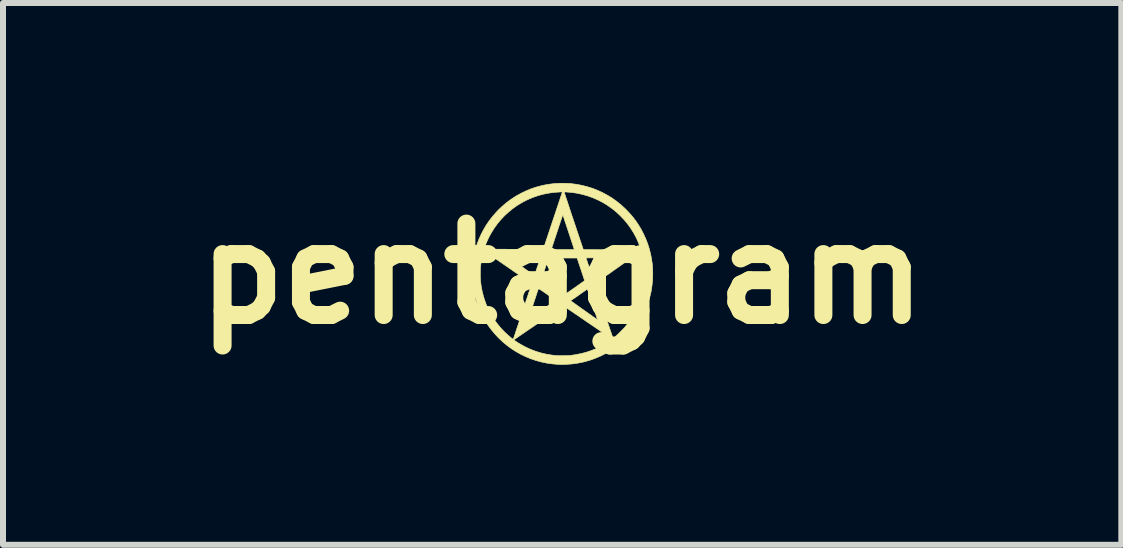
<source format=kicad_pcb>
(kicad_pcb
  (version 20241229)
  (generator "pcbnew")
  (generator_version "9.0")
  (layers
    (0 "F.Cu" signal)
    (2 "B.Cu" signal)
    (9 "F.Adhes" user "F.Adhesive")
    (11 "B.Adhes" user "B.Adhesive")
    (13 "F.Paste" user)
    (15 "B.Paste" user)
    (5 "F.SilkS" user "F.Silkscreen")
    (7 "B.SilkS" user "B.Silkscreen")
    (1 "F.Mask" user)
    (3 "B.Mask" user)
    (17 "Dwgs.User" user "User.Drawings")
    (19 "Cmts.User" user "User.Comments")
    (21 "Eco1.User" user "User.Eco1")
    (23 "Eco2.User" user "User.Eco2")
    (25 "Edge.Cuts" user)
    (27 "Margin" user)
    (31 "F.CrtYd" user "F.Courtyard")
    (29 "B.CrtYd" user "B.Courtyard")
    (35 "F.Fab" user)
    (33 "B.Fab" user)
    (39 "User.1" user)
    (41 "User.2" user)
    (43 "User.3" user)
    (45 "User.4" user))
  (footprint "pentagram"
    (layer "F.Cu")
    (at 6.321 1.512)
    (property "Reference" "pentagram" (at 0 0 0) (layer "F.SilkS") (effects (font (size 1.524 1.524) (thickness 0.3))))
    (attr through_hole)
    (fp_poly (pts (xy 0.142 -1.502) (xy 0.234 -1.49) (xy 0.326 -1.473) (xy 0.417 -1.45) (xy 0.507 -1.422) (xy 0.584 -1.392) (xy 0.67 -1.353) (xy 0.752 -1.309) (xy 0.832 -1.26) (xy 0.908 -1.206) (xy 0.982 -1.146) (xy 1.052 -1.082) (xy 1.068 -1.066) (xy 1.127 -1.004) (xy 1.18 -0.942) (xy 1.229 -0.878) (xy 1.273 -0.812) (xy 1.315 -0.742) (xy 1.354 -0.668) (xy 1.355 -0.665) (xy 1.392 -0.584) (xy 1.424 -0.503) (xy 1.45 -0.422) (xy 1.472 -0.338) (xy 1.489 -0.252) (xy 1.502 -0.163) (xy 1.505 -0.133) (xy 1.507 -0.109) (xy 1.508 -0.08) (xy 1.509 -0.048) (xy 1.51 -0.014) (xy 1.51 0.02) (xy 1.509 0.052) (xy 1.509 0.083) (xy 1.507 0.109) (xy 1.506 0.121) (xy 1.496 0.212) (xy 1.482 0.3) (xy 1.462 0.385) (xy 1.438 0.467) (xy 1.409 0.549) (xy 1.375 0.63) (xy 1.355 0.671) (xy 1.311 0.754) (xy 1.262 0.834) (xy 1.208 0.911) (xy 1.15 0.983) (xy 1.088 1.052) (xy 1.022 1.117) (xy 0.953 1.177) (xy 0.879 1.233) (xy 0.803 1.284) (xy 0.723 1.331) (xy 0.64 1.373) (xy 0.555 1.409) (xy 0.467 1.441) (xy 0.377 1.467) (xy 0.319 1.48) (xy 0.241 1.495) (xy 0.161 1.505) (xy 0.08 1.511) (xy 0.000421 1.514) (xy -0.067 1.512) (xy -0.162 1.504) (xy -0.255 1.491) (xy -0.347 1.472) (xy -0.438 1.447) (xy -0.526 1.417) (xy -0.613 1.381) (xy -0.697 1.34) (xy -0.779 1.293) (xy -0.837 1.256) (xy -0.914 1.2) (xy -0.987 1.14) (xy -1.027 1.102) (xy -0.803 1.102) (xy -0.801 1.106) (xy -0.795 1.112) (xy -0.784 1.12) (xy -0.77 1.129) (xy -0.753 1.141) (xy -0.734 1.153) (xy -0.712 1.166) (xy -0.69 1.179) (xy -0.667 1.192) (xy -0.644 1.205) (xy -0.622 1.217) (xy -0.602 1.227) (xy -0.521 1.264) (xy -0.438 1.295) (xy -0.354 1.321) (xy -0.268 1.341) (xy -0.179 1.356) (xy -0.09 1.366) (xy -0.074 1.366) (xy -0.054 1.367) (xy -0.03 1.367) (xy -0.004 1.367) (xy 0.023 1.367) (xy 0.051 1.366) (xy 0.077 1.366) (xy 0.101 1.365) (xy 0.121 1.364) (xy 0.134 1.363) (xy 0.226 1.35) (xy 0.316 1.332) (xy 0.405 1.309) (xy 0.492 1.279) (xy 0.542 1.259) (xy 0.564 1.25) (xy 0.589 1.238) (xy 0.617 1.224) (xy 0.645 1.209) (xy 0.673 1.194) (xy 0.699 1.18) (xy 0.722 1.166) (xy 0.728 1.163) (xy 0.745 1.151) (xy 0.763 1.139) (xy 0.781 1.128) (xy 0.797 1.117) (xy 0.811 1.107) (xy 0.822 1.099) (xy 0.829 1.093) (xy 0.83 1.093) (xy 0.829 1.091) (xy 0.826 1.089) (xy 0.82 1.084) (xy 0.812 1.077) (xy 0.8 1.069) (xy 0.785 1.059) (xy 0.768 1.046) (xy 0.746 1.031) (xy 0.721 1.014) (xy 0.692 0.994) (xy 0.659 0.971) (xy 0.623 0.946) (xy 0.581 0.917) (xy 0.536 0.886) (xy 0.485 0.852) (xy 0.431 0.815) (xy 0.387 0.785) (xy 0.344 0.755) (xy 0.303 0.727) (xy 0.264 0.7) (xy 0.226 0.675) (xy 0.191 0.651) (xy 0.159 0.629) (xy 0.129 0.609) (xy 0.103 0.591) (xy 0.08 0.576) (xy 0.061 0.563) (xy 0.046 0.552) (xy 0.035 0.545) (xy 0.028 0.54) (xy 0.026 0.539) (xy 0.023 0.541) (xy 0.016 0.545) (xy 0.004 0.553) (xy -0.012 0.563) (xy -0.031 0.576) (xy -0.054 0.591) (xy -0.08 0.609) (xy -0.108 0.628) (xy -0.139 0.649) (xy -0.172 0.671) (xy -0.207 0.695) (xy -0.244 0.719) (xy -0.281 0.745) (xy -0.32 0.771) (xy -0.359 0.797) (xy -0.398 0.824) (xy -0.437 0.85) (xy -0.476 0.877) (xy -0.514 0.903) (xy -0.551 0.928) (xy -0.587 0.952) (xy -0.621 0.976) (xy -0.653 0.998) (xy -0.683 1.018) (xy -0.71 1.037) (xy -0.734 1.054) (xy -0.756 1.068) (xy -0.773 1.081) (xy -0.787 1.09) (xy -0.797 1.097) (xy -0.802 1.101) (xy -0.803 1.102) (xy -1.027 1.102) (xy -1.056 1.075) (xy -1.12 1.007) (xy -1.18 0.935) (xy -1.236 0.86) (xy -1.286 0.781) (xy -1.332 0.699) (xy -1.373 0.615) (xy -1.408 0.527) (xy -1.438 0.437) (xy -1.445 0.414) (xy -1.46 0.354) (xy -1.474 0.291) (xy -1.485 0.226) (xy -1.493 0.164) (xy -1.495 0.144) (xy -1.497 0.119) (xy -1.498 0.09) (xy -1.498 0.058) (xy -1.499 0.025) (xy -1.499 0.024) (xy -1.365 0.024) (xy -1.361 0.112) (xy -1.351 0.2) (xy -1.335 0.287) (xy -1.313 0.374) (xy -1.294 0.436) (xy -1.263 0.521) (xy -1.226 0.602) (xy -1.184 0.681) (xy -1.138 0.757) (xy -1.086 0.829) (xy -1.029 0.899) (xy -0.967 0.965) (xy -0.9 1.027) (xy -0.849 1.071) (xy -0.837 1.08) (xy -0.827 1.087) (xy -0.82 1.092) (xy -0.816 1.094) (xy -0.816 1.094) (xy -0.815 1.091) (xy -0.812 1.083) (xy -0.807 1.069) (xy -0.801 1.051) (xy -0.793 1.028) (xy -0.784 1.002) (xy -0.774 0.971) (xy -0.763 0.936) (xy -0.75 0.899) (xy -0.736 0.858) (xy -0.722 0.815) (xy -0.707 0.769) (xy -0.706 0.767) (xy -0.565 0.767) (xy -0.565 0.767) (xy -0.562 0.766) (xy -0.554 0.761) (xy -0.543 0.753) (xy -0.528 0.742) (xy -0.509 0.729) (xy -0.487 0.713) (xy -0.462 0.696) (xy -0.434 0.677) (xy -0.405 0.656) (xy -0.374 0.634) (xy -0.341 0.611) (xy -0.335 0.607) (xy -0.302 0.583) (xy -0.27 0.561) (xy -0.241 0.54) (xy -0.213 0.521) (xy -0.188 0.503) (xy -0.166 0.487) (xy -0.147 0.473) (xy -0.131 0.462) (xy -0.119 0.453) (xy -0.111 0.448) (xy -0.111 0.447) (xy 0.142 0.447) (xy 0.143 0.449) (xy 0.146 0.452) (xy 0.151 0.456) (xy 0.158 0.462) (xy 0.167 0.469) (xy 0.179 0.478) (xy 0.194 0.489) (xy 0.213 0.502) (xy 0.235 0.518) (xy 0.26 0.536) (xy 0.29 0.557) (xy 0.324 0.582) (xy 0.361 0.607) (xy 0.393 0.63) (xy 0.425 0.653) (xy 0.454 0.674) (xy 0.482 0.693) (xy 0.507 0.711) (xy 0.529 0.726) (xy 0.549 0.74) (xy 0.564 0.751) (xy 0.576 0.759) (xy 0.584 0.764) (xy 0.588 0.767) (xy 0.588 0.767) (xy 0.587 0.764) (xy 0.585 0.756) (xy 0.581 0.742) (xy 0.575 0.725) (xy 0.568 0.703) (xy 0.56 0.678) (xy 0.551 0.65) (xy 0.54 0.618) (xy 0.529 0.584) (xy 0.517 0.549) (xy 0.505 0.511) (xy 0.493 0.474) (xy 0.481 0.438) (xy 0.47 0.404) (xy 0.459 0.373) (xy 0.45 0.345) (xy 0.441 0.32) (xy 0.434 0.298) (xy 0.428 0.281) (xy 0.424 0.268) (xy 0.421 0.26) (xy 0.42 0.257) (xy 0.417 0.259) (xy 0.41 0.263) (xy 0.399 0.271) (xy 0.385 0.281) (xy 0.367 0.294) (xy 0.347 0.308) (xy 0.324 0.324) (xy 0.3 0.341) (xy 0.286 0.351) (xy 0.253 0.374) (xy 0.226 0.393) (xy 0.202 0.409) (xy 0.183 0.422) (xy 0.168 0.432) (xy 0.157 0.439) (xy 0.149 0.444) (xy 0.144 0.446) (xy 0.144 0.446) (xy 0.142 0.446) (xy 0.142 0.447) (xy -0.111 0.447) (xy -0.108 0.445) (xy -0.108 0.445) (xy -0.11 0.443) (xy -0.117 0.438) (xy -0.127 0.43) (xy -0.14 0.421) (xy -0.155 0.41) (xy -0.162 0.405) (xy -0.178 0.394) (xy -0.198 0.38) (xy -0.221 0.365) (xy -0.245 0.348) (xy -0.27 0.331) (xy -0.294 0.314) (xy -0.305 0.307) (xy -0.325 0.293) (xy -0.344 0.28) (xy -0.361 0.269) (xy -0.375 0.26) (xy -0.385 0.253) (xy -0.392 0.249) (xy -0.395 0.248) (xy -0.396 0.251) (xy -0.399 0.259) (xy -0.403 0.272) (xy -0.409 0.29) (xy -0.417 0.311) (xy -0.425 0.336) (xy -0.434 0.364) (xy -0.444 0.395) (xy -0.455 0.428) (xy -0.467 0.463) (xy -0.47 0.474) (xy -0.482 0.51) (xy -0.494 0.545) (xy -0.505 0.579) (xy -0.515 0.611) (xy -0.525 0.64) (xy -0.534 0.667) (xy -0.541 0.69) (xy -0.547 0.709) (xy -0.552 0.723) (xy -0.555 0.732) (xy -0.556 0.733) (xy -0.56 0.746) (xy -0.563 0.757) (xy -0.565 0.765) (xy -0.565 0.767) (xy -0.706 0.767) (xy -0.691 0.722) (xy -0.674 0.672) (xy -0.66 0.63) (xy -0.644 0.579) (xy -0.627 0.53) (xy -0.612 0.483) (xy -0.597 0.437) (xy -0.582 0.395) (xy -0.569 0.355) (xy -0.557 0.318) (xy -0.546 0.284) (xy -0.536 0.254) (xy -0.528 0.228) (xy -0.52 0.206) (xy -0.515 0.188) (xy -0.511 0.176) (xy -0.509 0.169) (xy -0.508 0.166) (xy -0.511 0.164) (xy -0.519 0.159) (xy -0.531 0.15) (xy -0.547 0.139) (xy -0.566 0.126) (xy -0.585 0.113) (xy -0.348 0.113) (xy -0.348 0.113) (xy -0.345 0.115) (xy -0.338 0.121) (xy -0.327 0.129) (xy -0.312 0.14) (xy -0.295 0.153) (xy -0.275 0.167) (xy -0.253 0.183) (xy -0.23 0.2) (xy -0.205 0.218) (xy -0.18 0.236) (xy -0.155 0.255) (xy -0.13 0.273) (xy -0.105 0.29) (xy -0.082 0.307) (xy -0.061 0.322) (xy -0.042 0.335) (xy -0.026 0.347) (xy -0.013 0.356) (xy -0.003 0.363) (xy 0.002 0.367) (xy 0.004 0.367) (xy 0.007 0.365) (xy 0.008 0.364) (xy 0.012 0.363) (xy 0.015 0.363) (xy 0.018 0.362) (xy 0.024 0.359) (xy 0.033 0.354) (xy 0.045 0.346) (xy 0.062 0.335) (xy 0.082 0.321) (xy 0.106 0.305) (xy 0.135 0.285) (xy 0.168 0.262) (xy 0.197 0.242) (xy 0.226 0.222) (xy 0.253 0.202) (xy 0.279 0.184) (xy 0.298 0.171) (xy 0.544 0.171) (xy 0.545 0.174) (xy 0.548 0.183) (xy 0.552 0.196) (xy 0.558 0.214) (xy 0.565 0.237) (xy 0.574 0.263) (xy 0.583 0.292) (xy 0.594 0.325) (xy 0.606 0.36) (xy 0.619 0.398) (xy 0.632 0.437) (xy 0.646 0.478) (xy 0.66 0.521) (xy 0.674 0.564) (xy 0.689 0.608) (xy 0.704 0.651) (xy 0.718 0.695) (xy 0.733 0.738) (xy 0.747 0.78) (xy 0.761 0.821) (xy 0.774 0.86) (xy 0.787 0.897) (xy 0.798 0.932) (xy 0.809 0.964) (xy 0.819 0.992) (xy 0.828 1.018) (xy 0.835 1.039) (xy 0.841 1.056) (xy 0.845 1.068) (xy 0.848 1.076) (xy 0.849 1.078) (xy 0.852 1.076) (xy 0.859 1.071) (xy 0.868 1.063) (xy 0.88 1.054) (xy 0.884 1.051) (xy 0.898 1.038) (xy 0.915 1.023) (xy 0.934 1.005) (xy 0.955 0.985) (xy 0.976 0.964) (xy 0.996 0.943) (xy 1.016 0.923) (xy 1.033 0.905) (xy 1.047 0.89) (xy 1.052 0.883) (xy 1.109 0.811) (xy 1.16 0.736) (xy 1.206 0.659) (xy 1.247 0.579) (xy 1.282 0.498) (xy 1.311 0.414) (xy 1.335 0.329) (xy 1.353 0.243) (xy 1.366 0.156) (xy 1.373 0.067) (xy 1.374 -0.022) (xy 1.37 -0.112) (xy 1.359 -0.202) (xy 1.352 -0.245) (xy 1.349 -0.26) (xy 1.345 -0.278) (xy 1.341 -0.296) (xy 1.337 -0.315) (xy 1.333 -0.333) (xy 1.329 -0.35) (xy 1.325 -0.363) (xy 1.322 -0.372) (xy 1.321 -0.376) (xy 1.319 -0.376) (xy 1.312 -0.373) (xy 1.303 -0.367) (xy 1.289 -0.358) (xy 1.27 -0.345) (xy 1.248 -0.329) (xy 1.24 -0.324) (xy 1.223 -0.312) (xy 1.201 -0.297) (xy 1.177 -0.279) (xy 1.149 -0.26) (xy 1.12 -0.239) (xy 1.089 -0.217) (xy 1.058 -0.195) (xy 1.027 -0.174) (xy 1.004 -0.157) (xy 0.948 -0.117) (xy 0.896 -0.081) (xy 0.849 -0.048) (xy 0.807 -0.017) (xy 0.768 0.01) (xy 0.733 0.034) (xy 0.702 0.056) (xy 0.675 0.076) (xy 0.65 0.093) (xy 0.629 0.108) (xy 0.611 0.121) (xy 0.595 0.132) (xy 0.582 0.142) (xy 0.572 0.15) (xy 0.563 0.156) (xy 0.556 0.161) (xy 0.551 0.165) (xy 0.548 0.167) (xy 0.545 0.169) (xy 0.544 0.17) (xy 0.544 0.171) (xy 0.298 0.171) (xy 0.302 0.168) (xy 0.323 0.153) (xy 0.341 0.14) (xy 0.355 0.13) (xy 0.366 0.122) (xy 0.372 0.117) (xy 0.373 0.116) (xy 0.373 0.112) (xy 0.37 0.104) (xy 0.366 0.09) (xy 0.36 0.073) (xy 0.353 0.052) (xy 0.345 0.027) (xy 0.336 -0.000215) (xy 0.326 -0.03) (xy 0.316 -0.061) (xy 0.311 -0.075) (xy 0.249 -0.261) (xy -0.228 -0.261) (xy -0.289 -0.076) (xy -0.303 -0.033) (xy -0.316 0.004) (xy -0.326 0.036) (xy -0.334 0.063) (xy -0.34 0.084) (xy -0.345 0.099) (xy -0.347 0.109) (xy -0.348 0.113) (xy -0.585 0.113) (xy -0.589 0.11) (xy -0.615 0.092) (xy -0.643 0.073) (xy -0.674 0.051) (xy -0.707 0.029) (xy -0.742 0.005) (xy -0.778 -0.02) (xy -0.815 -0.045) (xy -0.853 -0.072) (xy -0.891 -0.098) (xy -0.929 -0.124) (xy -0.968 -0.151) (xy -1.005 -0.177) (xy -1.042 -0.202) (xy -1.078 -0.227) (xy -1.112 -0.25) (xy -1.129 -0.261) (xy -0.872 -0.261) (xy -0.462 0.033) (xy -0.413 -0.114) (xy -0.403 -0.142) (xy -0.395 -0.168) (xy -0.387 -0.193) (xy -0.38 -0.214) (xy -0.374 -0.232) (xy -0.37 -0.246) (xy -0.367 -0.256) (xy -0.365 -0.261) (xy -0.365 -0.262) (xy -0.368 -0.262) (xy -0.377 -0.262) (xy -0.391 -0.262) (xy -0.409 -0.262) (xy -0.432 -0.262) (xy -0.458 -0.262) (xy -0.488 -0.262) (xy -0.521 -0.262) (xy -0.556 -0.262) (xy -0.593 -0.262) (xy -0.619 -0.262) (xy -0.872 -0.261) (xy -1.129 -0.261) (xy -1.131 -0.263) (xy 0.398 -0.263) (xy 0.447 -0.115) (xy 0.457 -0.087) (xy 0.466 -0.06) (xy 0.474 -0.036) (xy 0.481 -0.015) (xy 0.488 0.003) (xy 0.493 0.017) (xy 0.497 0.027) (xy 0.499 0.031) (xy 0.499 0.031) (xy 0.502 0.029) (xy 0.509 0.024) (xy 0.521 0.016) (xy 0.536 0.006) (xy 0.555 -0.007) (xy 0.577 -0.022) (xy 0.601 -0.04) (xy 0.628 -0.058) (xy 0.657 -0.079) (xy 0.688 -0.1) (xy 0.71 -0.115) (xy 0.742 -0.137) (xy 0.772 -0.158) (xy 0.8 -0.178) (xy 0.826 -0.196) (xy 0.85 -0.213) (xy 0.871 -0.228) (xy 0.889 -0.24) (xy 0.903 -0.25) (xy 0.913 -0.257) (xy 0.919 -0.261) (xy 0.92 -0.262) (xy 0.917 -0.262) (xy 0.909 -0.262) (xy 0.896 -0.262) (xy 0.878 -0.262) (xy 0.855 -0.263) (xy 0.829 -0.263) (xy 0.799 -0.263) (xy 0.767 -0.263) (xy 0.731 -0.263) (xy 0.694 -0.263) (xy 0.66 -0.263) (xy 0.398 -0.263) (xy -1.131 -0.263) (xy -1.145 -0.273) (xy -1.176 -0.294) (xy -1.204 -0.313) (xy -1.229 -0.33) (xy -1.252 -0.346) (xy -1.271 -0.359) (xy -1.286 -0.369) (xy -1.297 -0.377) (xy -1.304 -0.382) (xy -1.307 -0.383) (xy -1.309 -0.381) (xy -1.312 -0.373) (xy -1.315 -0.362) (xy -1.319 -0.346) (xy -1.324 -0.329) (xy -1.329 -0.309) (xy -1.333 -0.289) (xy -1.338 -0.269) (xy -1.341 -0.25) (xy -1.343 -0.242) (xy -1.348 -0.209) (xy -1.353 -0.18) (xy -1.356 -0.151) (xy -1.359 -0.122) (xy -1.362 -0.09) (xy -1.363 -0.064) (xy -1.365 0.024) (xy -1.499 0.024) (xy -1.499 -0.009) (xy -1.499 -0.042) (xy -1.498 -0.075) (xy -1.497 -0.104) (xy -1.496 -0.131) (xy -1.494 -0.152) (xy -1.493 -0.16) (xy -1.48 -0.25) (xy -1.463 -0.336) (xy -1.446 -0.403) (xy -0.182 -0.403) (xy 0.202 -0.403) (xy 0.108 -0.69) (xy 0.095 -0.729) (xy 0.082 -0.768) (xy 0.07 -0.804) (xy 0.059 -0.838) (xy 0.048 -0.869) (xy 0.039 -0.898) (xy 0.031 -0.922) (xy 0.024 -0.943) (xy 0.018 -0.96) (xy 0.014 -0.972) (xy 0.012 -0.979) (xy 0.011 -0.98) (xy 0.01 -0.978) (xy 0.007 -0.971) (xy 0.003 -0.959) (xy -0.003 -0.942) (xy -0.01 -0.922) (xy -0.018 -0.898) (xy -0.027 -0.871) (xy -0.037 -0.841) (xy -0.048 -0.809) (xy -0.058 -0.778) (xy -0.07 -0.742) (xy -0.082 -0.705) (xy -0.094 -0.668) (xy -0.106 -0.633) (xy -0.117 -0.599) (xy -0.128 -0.567) (xy -0.137 -0.539) (xy -0.145 -0.515) (xy -0.151 -0.495) (xy -0.154 -0.488) (xy -0.182 -0.403) (xy -1.446 -0.403) (xy -1.443 -0.413) (xy -1.299 -0.413) (xy -1.299 -0.41) (xy -1.295 -0.41) (xy -1.287 -0.41) (xy -1.273 -0.409) (xy -1.254 -0.409) (xy -1.231 -0.409) (xy -1.204 -0.409) (xy -1.173 -0.408) (xy -1.138 -0.408) (xy -1.101 -0.408) (xy -1.062 -0.407) (xy -1.02 -0.407) (xy -0.976 -0.407) (xy -0.931 -0.407) (xy -0.885 -0.406) (xy -0.839 -0.406) (xy -0.792 -0.406) (xy -0.745 -0.406) (xy -0.699 -0.405) (xy -0.654 -0.405) (xy -0.61 -0.405) (xy -0.568 -0.405) (xy -0.528 -0.405) (xy -0.49 -0.405) (xy -0.456 -0.405) (xy -0.424 -0.405) (xy -0.396 -0.405) (xy -0.387 -0.405) (xy -0.316 -0.405) (xy -0.158 -0.879) (xy -0.141 -0.93) (xy -0.124 -0.98) (xy -0.108 -1.028) (xy -0.093 -1.074) (xy -0.078 -1.118) (xy -0.064 -1.159) (xy -0.052 -1.197) (xy -0.04 -1.232) (xy -0.03 -1.263) (xy -0.021 -1.29) (xy -0.013 -1.313) (xy -0.007 -1.332) (xy -0.002 -1.346) (xy 0.001 -1.354) (xy 0.002 -1.358) (xy 0.002 -1.36) (xy 0.001 -1.361) (xy 0.001 -1.361) (xy 0.034 -1.361) (xy 0.034 -1.358) (xy 0.037 -1.35) (xy 0.041 -1.337) (xy 0.047 -1.318) (xy 0.054 -1.296) (xy 0.063 -1.269) (xy 0.073 -1.238) (xy 0.085 -1.204) (xy 0.097 -1.166) (xy 0.111 -1.125) (xy 0.125 -1.082) (xy 0.14 -1.036) (xy 0.156 -0.987) (xy 0.173 -0.937) (xy 0.19 -0.886) (xy 0.192 -0.881) (xy 0.352 -0.402) (xy 0.676 -0.4) (xy 0.723 -0.4) (xy 0.772 -0.4) (xy 0.821 -0.4) (xy 0.87 -0.399) (xy 0.918 -0.399) (xy 0.964 -0.399) (xy 1.008 -0.399) (xy 1.049 -0.399) (xy 1.086 -0.398) (xy 1.119 -0.398) (xy 1.147 -0.398) (xy 1.157 -0.398) (xy 1.187 -0.398) (xy 1.215 -0.398) (xy 1.241 -0.398) (xy 1.264 -0.398) (xy 1.283 -0.398) (xy 1.298 -0.398) (xy 1.309 -0.398) (xy 1.314 -0.399) (xy 1.315 -0.399) (xy 1.314 -0.402) (xy 1.311 -0.409) (xy 1.308 -0.42) (xy 1.303 -0.434) (xy 1.303 -0.435) (xy 1.27 -0.52) (xy 1.233 -0.603) (xy 1.19 -0.682) (xy 1.142 -0.758) (xy 1.09 -0.83) (xy 1.032 -0.9) (xy 0.97 -0.965) (xy 0.904 -1.027) (xy 0.832 -1.085) (xy 0.816 -1.097) (xy 0.744 -1.147) (xy 0.668 -1.192) (xy 0.589 -1.232) (xy 0.508 -1.267) (xy 0.424 -1.297) (xy 0.339 -1.321) (xy 0.252 -1.34) (xy 0.178 -1.352) (xy 0.163 -1.354) (xy 0.146 -1.355) (xy 0.127 -1.357) (xy 0.108 -1.358) (xy 0.089 -1.36) (xy 0.071 -1.361) (xy 0.056 -1.362) (xy 0.044 -1.362) (xy 0.036 -1.362) (xy 0.034 -1.361) (xy 0.001 -1.361) (xy -0.001 -1.362) (xy -0.007 -1.363) (xy -0.016 -1.363) (xy -0.03 -1.362) (xy -0.047 -1.361) (xy -0.138 -1.355) (xy -0.228 -1.342) (xy -0.317 -1.324) (xy -0.403 -1.301) (xy -0.488 -1.271) (xy -0.57 -1.237) (xy -0.65 -1.197) (xy -0.727 -1.151) (xy -0.753 -1.135) (xy -0.826 -1.083) (xy -0.895 -1.026) (xy -0.961 -0.966) (xy -1.022 -0.901) (xy -1.079 -0.833) (xy -1.131 -0.761) (xy -1.178 -0.686) (xy -1.221 -0.608) (xy -1.258 -0.528) (xy -1.271 -0.496) (xy -1.28 -0.472) (xy -1.287 -0.452) (xy -1.293 -0.435) (xy -1.297 -0.422) (xy -1.299 -0.413) (xy -1.443 -0.413) (xy -1.442 -0.419) (xy -1.416 -0.5) (xy -1.385 -0.58) (xy -1.349 -0.659) (xy -1.348 -0.662) (xy -1.306 -0.741) (xy -1.261 -0.817) (xy -1.211 -0.889) (xy -1.157 -0.958) (xy -1.098 -1.025) (xy -1.059 -1.066) (xy -1 -1.122) (xy -0.94 -1.174) (xy -0.877 -1.222) (xy -0.811 -1.267) (xy -0.763 -1.297) (xy -0.685 -1.34) (xy -0.604 -1.379) (xy -0.52 -1.414) (xy -0.434 -1.443) (xy -0.415 -1.448) (xy -0.324 -1.472) (xy -0.232 -1.489) (xy -0.139 -1.501) (xy -0.045 -1.507) (xy 0.048 -1.507) (xy 0.142 -1.502)) (stroke (width 0.01) (type solid)) (fill yes) (layer "F.SilkS")))
  (gr_rect
    (start -3 -3)
    (end 15.642 6.031)
    (stroke (width 0.1) (type default))
    (fill no)
    (layer "Edge.Cuts")))
</source>
